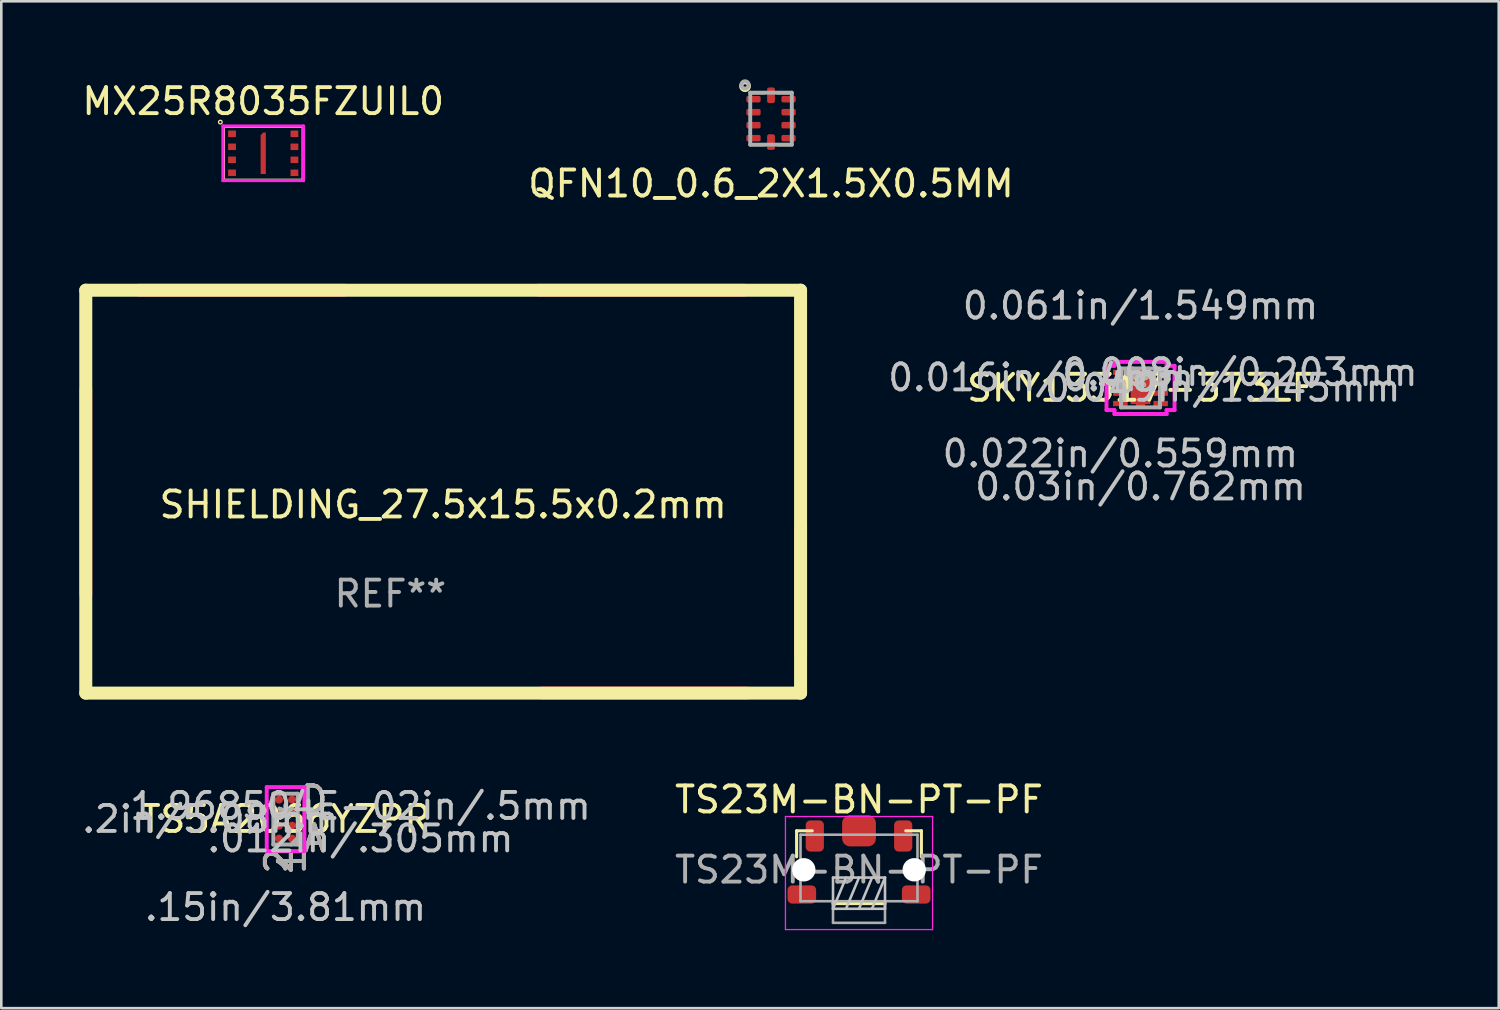
<source format=kicad_pcb>
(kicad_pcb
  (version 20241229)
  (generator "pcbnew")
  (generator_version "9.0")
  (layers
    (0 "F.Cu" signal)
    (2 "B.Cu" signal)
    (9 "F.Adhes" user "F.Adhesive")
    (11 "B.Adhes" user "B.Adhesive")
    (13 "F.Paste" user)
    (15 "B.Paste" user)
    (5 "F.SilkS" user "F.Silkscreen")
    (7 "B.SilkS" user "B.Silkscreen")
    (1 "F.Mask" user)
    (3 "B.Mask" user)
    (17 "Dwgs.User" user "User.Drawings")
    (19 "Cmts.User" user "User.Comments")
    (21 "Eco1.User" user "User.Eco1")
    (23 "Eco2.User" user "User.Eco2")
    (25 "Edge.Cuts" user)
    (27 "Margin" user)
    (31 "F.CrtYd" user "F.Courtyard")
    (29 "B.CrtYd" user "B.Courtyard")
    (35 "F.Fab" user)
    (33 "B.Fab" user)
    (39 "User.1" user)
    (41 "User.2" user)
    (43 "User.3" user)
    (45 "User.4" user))
  (footprint "MX25R8035FZUIL0"
    (layer "F.Cu")
    (at 7.077 2.848)
    (property "Reference" "MX25R8035FZUIL0" (at 0 -2 0) (layer "F.SilkS") (effects (font (size 1 1) (thickness 0.15))))
    (attr through_hole)
    (fp_line (start -1.5 -1) (end 1.5 -1) (stroke (width 0.05) (type solid)) (layer "F.SilkS"))
    (fp_line (start -1.5 1) (end -1.5 -1) (stroke (width 0.05) (type solid)) (layer "F.SilkS"))
    (fp_line (start 1.5 -1) (end 1.5 1) (stroke (width 0.05) (type solid)) (layer "F.SilkS"))
    (fp_line (start 1.5 1) (end -1.5 1) (stroke (width 0.05) (type solid)) (layer "F.SilkS"))
    (fp_circle (center -1.65 -1.2) (end -1.6 -1.15) (stroke (width 0.05) (type solid)) (fill no) (layer "F.SilkS"))
    (fp_line (start -1.55 -1.05) (end 1.55 -1.05) (stroke (width 0.12) (type solid)) (layer "F.CrtYd"))
    (fp_line (start -1.55 1.05) (end -1.55 -1.05) (stroke (width 0.12) (type solid)) (layer "F.CrtYd"))
    (fp_line (start 1.55 -1.05) (end 1.55 1.05) (stroke (width 0.12) (type solid)) (layer "F.CrtYd"))
    (fp_line (start 1.55 1.05) (end -1.55 1.05) (stroke (width 0.12) (type solid)) (layer "F.CrtYd"))
    (pad "1" smd rect (at -1.2 -0.75) (size 0.3 0.25) (layers "F.Cu" "F.Mask" "F.Paste"))
    (pad "2" smd rect (at -1.2 -0.25) (size 0.3 0.25) (layers "F.Cu" "F.Mask" "F.Paste"))
    (pad "3" smd rect (at -1.2 0.25) (size 0.3 0.25) (layers "F.Cu" "F.Mask" "F.Paste"))
    (pad "4" smd rect (at -1.2 0.75) (size 0.3 0.25) (layers "F.Cu" "F.Mask" "F.Paste"))
    (pad "5" smd rect (at 1.2 0.75) (size 0.3 0.25) (layers "F.Cu" "F.Mask" "F.Paste"))
    (pad "6" smd rect (at 1.2 0.25) (size 0.3 0.25) (layers "F.Cu" "F.Mask" "F.Paste"))
    (pad "7" smd rect (at 1.2 -0.25) (size 0.3 0.25) (layers "F.Cu" "F.Mask" "F.Paste"))
    (pad "8" smd rect (at 1.2 -0.75) (size 0.3 0.25) (layers "F.Cu" "F.Mask" "F.Paste"))
    (pad "9" smd custom (at 0 0) (size 0.2 1) (layers "F.Cu" "F.Mask" "F.Paste") (options (anchor rect)) (primitives (gr_poly (pts (xy 0 -0.8) (xy 0.1 -0.8) (xy 0.1 0.8) (xy -0.1 0.8) (xy -0.1 -0.7)) (width 0) (fill yes)))))
  (footprint "QFN10_0.6_2X1.5X0.5MM"
    (layer "F.Cu")
    (at 26.613 1.516)
    (property "Reference" "QFN10_0.6_2X1.5X0.5MM" (at 0 2.5 0) (layer "F.SilkS") (effects (font (size 1 1) (thickness 0.15))))
    (attr through_hole)
    (fp_line (start -0.75 -1) (end -0.25 -1) (stroke (width 0.127) (type solid)) (layer "F.SilkS"))
    (fp_line (start -0.25 1) (end -0.75 1) (stroke (width 0.127) (type solid)) (layer "F.SilkS"))
    (fp_line (start 0.75 -1) (end 0.25 -1) (stroke (width 0.127) (type solid)) (layer "F.SilkS"))
    (fp_line (start 0.75 1) (end 0.25 1) (stroke (width 0.127) (type solid)) (layer "F.SilkS"))
    (fp_circle (center -1 -1.25) (end -1 -1.1) (stroke (width 0.15) (type solid)) (fill no) (layer "F.SilkS"))
    (fp_line (start -0.8 -1) (end 0.8 -1) (stroke (width 0.15) (type solid)) (layer "F.Fab"))
    (fp_line (start -0.8 1) (end -0.8 -1) (stroke (width 0.15) (type solid)) (layer "F.Fab"))
    (fp_line (start 0.8 -1) (end 0.8 1) (stroke (width 0.15) (type solid)) (layer "F.Fab"))
    (fp_line (start 0.8 1) (end -0.8 1) (stroke (width 0.15) (type solid)) (layer "F.Fab"))
    (fp_circle (center -1 -1.3) (end -0.9 -1.2) (stroke (width 0.15) (type solid)) (fill no) (layer "F.Fab"))
    (pad "1" smd roundrect (at -0.675 -0.75) (size 0.55 0.25) (layers "F.Cu" "F.Mask" "F.Paste") (roundrect_rratio 0.25))
    (pad "2" smd roundrect (at -0.675 -0.25) (size 0.55 0.25) (layers "F.Cu" "F.Mask" "F.Paste") (roundrect_rratio 0.25))
    (pad "3" smd roundrect (at -0.675 0.25) (size 0.55 0.25) (layers "F.Cu" "F.Mask" "F.Paste") (roundrect_rratio 0.25))
    (pad "4" smd roundrect (at -0.675 0.75) (size 0.55 0.25) (layers "F.Cu" "F.Mask" "F.Paste") (roundrect_rratio 0.25))
    (pad "5" smd roundrect (at 0 0.9 90) (size 0.6 0.3) (layers "F.Cu" "F.Mask" "F.Paste") (roundrect_rratio 0.25))
    (pad "6" smd roundrect (at 0.675 0.75) (size 0.55 0.25) (layers "F.Cu" "F.Mask" "F.Paste") (roundrect_rratio 0.25))
    (pad "7" smd roundrect (at 0.675 0.25) (size 0.55 0.25) (layers "F.Cu" "F.Mask" "F.Paste") (roundrect_rratio 0.25))
    (pad "8" smd roundrect (at 0.675 -0.25) (size 0.55 0.25) (layers "F.Cu" "F.Mask" "F.Paste") (roundrect_rratio 0.25))
    (pad "9" smd roundrect (at 0.675 -0.75) (size 0.55 0.25) (layers "F.Cu" "F.Mask" "F.Paste") (roundrect_rratio 0.25))
    (pad "10" smd roundrect (at 0 -0.9 90) (size 0.6 0.3) (layers "F.Cu" "F.Mask" "F.Paste") (roundrect_rratio 0.25)))
  (footprint "TS23M-BN-PT-PF"
    (layer "F.Cu")
    (at 29.998 30.413)
    (property "Reference" "TS23M-BN-PT-PF" (at 0 -2.7 180) (layer "F.SilkS") (effects (font (size 1 1) (thickness 0.15))))
    (attr smd)
    (fp_line (start -2.4 -1.5) (end -2.4 -0.5) (stroke (width 0.12) (type solid)) (layer "F.SilkS"))
    (fp_line (start -1.8 -1.5) (end -2.4 -1.5) (stroke (width 0.12) (type solid)) (layer "F.SilkS"))
    (fp_line (start -1 1.3) (end 1 1.3) (stroke (width 0.12) (type solid)) (layer "F.SilkS"))
    (fp_line (start 1.8 -1.5) (end 2.4 -1.5) (stroke (width 0.12) (type solid)) (layer "F.SilkS"))
    (fp_line (start 2.4 -1.5) (end 2.4 -0.5) (stroke (width 0.12) (type solid)) (layer "F.SilkS"))
    (fp_line (start -1 0.3) (end -1 1.5) (stroke (width 0.1) (type solid)) (layer "Dwgs.User"))
    (fp_line (start -1 1.5) (end -0.5 0.3) (stroke (width 0.1) (type solid)) (layer "Dwgs.User"))
    (fp_line (start -1 1.5) (end 1 1.5) (stroke (width 0.1) (type solid)) (layer "Dwgs.User"))
    (fp_line (start -0.5 1.5) (end 0 0.3) (stroke (width 0.1) (type solid)) (layer "Dwgs.User"))
    (fp_line (start 0 1.5) (end 0.5 0.3) (stroke (width 0.1) (type solid)) (layer "Dwgs.User"))
    (fp_line (start 0.5 1.5) (end 1 0.3) (stroke (width 0.1) (type solid)) (layer "Dwgs.User"))
    (fp_line (start 1 0.3) (end -1 0.3) (stroke (width 0.1) (type solid)) (layer "Dwgs.User"))
    (fp_line (start 1 1.5) (end 1 0.3) (stroke (width 0.1) (type solid)) (layer "Dwgs.User"))
    (fp_line (start -2.83 -2.05) (end -2.83 2.3) (stroke (width 0.05) (type solid)) (layer "F.CrtYd"))
    (fp_line (start -2.83 -2.05) (end 2.83 -2.05) (stroke (width 0.05) (type solid)) (layer "F.CrtYd"))
    (fp_line (start -2.83 2.3) (end 2.83 2.3) (stroke (width 0.05) (type solid)) (layer "F.CrtYd"))
    (fp_line (start 2.83 -2.05) (end 2.83 2.3) (stroke (width 0.05) (type solid)) (layer "F.CrtYd"))
    (fp_line (start -2.25 -1.35) (end -2.25 1.21) (stroke (width 0.1) (type solid)) (layer "F.Fab"))
    (fp_line (start -2.25 -1.35) (end 2.25 -1.35) (stroke (width 0.1) (type solid)) (layer "F.Fab"))
    (fp_line (start -2.25 1.21) (end 2.25 1.21) (stroke (width 0.1) (type solid)) (layer "F.Fab"))
    (fp_line (start -1 2.04) (end -1 1.21) (stroke (width 0.1) (type solid)) (layer "F.Fab"))
    (fp_line (start -1 2.04) (end 1 2.04) (stroke (width 0.1) (type solid)) (layer "F.Fab"))
    (fp_line (start 1 2.04) (end 1 1.21) (stroke (width 0.1) (type solid)) (layer "F.Fab"))
    (fp_line (start 2.25 -1.35) (end 2.25 1.21) (stroke (width 0.1) (type solid)) (layer "F.Fab"))
    (fp_text user "${REFERENCE}" (at 0 0 0) (layer "F.Fab") (effects (font (size 1 1) (thickness 0.15))))
    (pad "" np_thru_hole circle (at -2.125 0) (size 0.9 0.9) (drill 0.9) (layers "*.Cu" "*.Mask"))
    (pad "" np_thru_hole circle (at 2.125 0) (size 0.9 0.9) (drill 0.9) (layers "*.Cu" "*.Mask"))
    (pad "1" smd roundrect (at -1.7 -1.3) (size 0.7 1.2) (layers "F.Cu" "F.Mask" "F.Paste") (roundrect_rratio 0.25))
    (pad "2" smd roundrect (at 1.7 -1.3) (size 0.7 1.2) (layers "F.Cu" "F.Mask" "F.Paste") (roundrect_rratio 0.25))
    (pad "3" smd roundrect (at -2.2 0.95) (size 1.1 0.7) (layers "F.Cu" "F.Mask" "F.Paste") (roundrect_rratio 0.25))
    (pad "4" smd roundrect (at 2.2 0.95) (size 1.1 0.7) (layers "F.Cu" "F.Mask" "F.Paste") (roundrect_rratio 0.25))
    (pad "5" smd roundrect (at 0 -1.5) (size 1.3 1.2) (layers "F.Cu" "F.Mask" "F.Paste") (roundrect_rratio 0.25)))
  (footprint "SKY13317-373LF"
    (layer "F.Cu")
    (at 40.829 11.875)
    (property "Reference" "SKY13317-373LF" (at 0 0 0) (layer "F.SilkS") (effects (font (size 1 1) (thickness 0.15))))
    (attr through_hole)
    (fp_line (start -0.102 -0.673) (end 0 -0.673) (stroke (width 0.152) (type solid)) (layer "F.Cu"))
    (fp_line (start -0.102 -0.622) (end -0.102 -0.673) (stroke (width 0.152) (type solid)) (layer "F.Cu"))
    (fp_line (start -0.102 0.622) (end -0.102 0.673) (stroke (width 0.152) (type solid)) (layer "F.Cu"))
    (fp_line (start -0.102 0.673) (end 0 0.673) (stroke (width 0.152) (type solid)) (layer "F.Cu"))
    (fp_line (start 0 -0.673) (end 0 -0.622) (stroke (width 0.152) (type solid)) (layer "F.Cu"))
    (fp_line (start 0 -0.673) (end 0 -0.622) (stroke (width 0.152) (type solid)) (layer "F.Cu"))
    (fp_line (start 0 -0.622) (end -0.102 -0.622) (stroke (width 0.152) (type solid)) (layer "F.Cu"))
    (fp_line (start 0 -0.622) (end 0.102 -0.622) (stroke (width 0.152) (type solid)) (layer "F.Cu"))
    (fp_line (start 0 0.622) (end -0.102 0.622) (stroke (width 0.152) (type solid)) (layer "F.Cu"))
    (fp_line (start 0 0.622) (end 0.102 0.622) (stroke (width 0.152) (type solid)) (layer "F.Cu"))
    (fp_line (start 0 0.673) (end 0 0.622) (stroke (width 0.152) (type solid)) (layer "F.Cu"))
    (fp_line (start 0 0.673) (end 0 0.622) (stroke (width 0.152) (type solid)) (layer "F.Cu"))
    (fp_line (start 0.102 -0.673) (end 0 -0.673) (stroke (width 0.152) (type solid)) (layer "F.Cu"))
    (fp_line (start 0.102 -0.622) (end 0.102 -0.673) (stroke (width 0.152) (type solid)) (layer "F.Cu"))
    (fp_line (start 0.102 0.622) (end 0.102 0.673) (stroke (width 0.152) (type solid)) (layer "F.Cu"))
    (fp_line (start 0.102 0.673) (end 0 0.673) (stroke (width 0.152) (type solid)) (layer "F.Cu"))
    (fp_line (start -0.102 -0.673) (end 0 -0.673) (stroke (width 0.152) (type solid)) (layer "F.Mask"))
    (fp_line (start -0.102 -0.622) (end -0.102 -0.673) (stroke (width 0.152) (type solid)) (layer "F.Mask"))
    (fp_line (start -0.102 0.622) (end -0.102 0.673) (stroke (width 0.152) (type solid)) (layer "F.Mask"))
    (fp_line (start -0.102 0.673) (end 0 0.673) (stroke (width 0.152) (type solid)) (layer "F.Mask"))
    (fp_line (start 0 -0.673) (end 0 -0.622) (stroke (width 0.152) (type solid)) (layer "F.Mask"))
    (fp_line (start 0 -0.673) (end 0 -0.622) (stroke (width 0.152) (type solid)) (layer "F.Mask"))
    (fp_line (start 0 -0.622) (end -0.102 -0.622) (stroke (width 0.152) (type solid)) (layer "F.Mask"))
    (fp_line (start 0 -0.622) (end 0.102 -0.622) (stroke (width 0.152) (type solid)) (layer "F.Mask"))
    (fp_line (start 0 0.622) (end -0.102 0.622) (stroke (width 0.152) (type solid)) (layer "F.Mask"))
    (fp_line (start 0 0.622) (end 0.102 0.622) (stroke (width 0.152) (type solid)) (layer "F.Mask"))
    (fp_line (start 0 0.673) (end 0 0.622) (stroke (width 0.152) (type solid)) (layer "F.Mask"))
    (fp_line (start 0 0.673) (end 0 0.622) (stroke (width 0.152) (type solid)) (layer "F.Mask"))
    (fp_line (start 0.102 -0.673) (end 0 -0.673) (stroke (width 0.152) (type solid)) (layer "F.Mask"))
    (fp_line (start 0.102 -0.622) (end 0.102 -0.673) (stroke (width 0.152) (type solid)) (layer "F.Mask"))
    (fp_line (start 0.102 0.622) (end 0.102 0.673) (stroke (width 0.152) (type solid)) (layer "F.Mask"))
    (fp_line (start 0.102 0.673) (end 0 0.673) (stroke (width 0.152) (type solid)) (layer "F.Mask"))
    (fp_line (start -0.102 -0.673) (end 0 -0.673) (stroke (width 0.152) (type solid)) (layer "F.Paste"))
    (fp_line (start -0.102 -0.622) (end -0.102 -0.673) (stroke (width 0.152) (type solid)) (layer "F.Paste"))
    (fp_line (start -0.102 0.622) (end -0.102 0.673) (stroke (width 0.152) (type solid)) (layer "F.Paste"))
    (fp_line (start -0.102 0.673) (end 0 0.673) (stroke (width 0.152) (type solid)) (layer "F.Paste"))
    (fp_line (start 0 -0.673) (end 0 -0.622) (stroke (width 0.152) (type solid)) (layer "F.Paste"))
    (fp_line (start 0 -0.673) (end 0 -0.622) (stroke (width 0.152) (type solid)) (layer "F.Paste"))
    (fp_line (start 0 -0.622) (end -0.102 -0.622) (stroke (width 0.152) (type solid)) (layer "F.Paste"))
    (fp_line (start 0 -0.622) (end 0.102 -0.622) (stroke (width 0.152) (type solid)) (layer "F.Paste"))
    (fp_line (start 0 0.622) (end -0.102 0.622) (stroke (width 0.152) (type solid)) (layer "F.Paste"))
    (fp_line (start 0 0.622) (end 0.102 0.622) (stroke (width 0.152) (type solid)) (layer "F.Paste"))
    (fp_line (start 0 0.673) (end 0 0.622) (stroke (width 0.152) (type solid)) (layer "F.Paste"))
    (fp_line (start 0 0.673) (end 0 0.622) (stroke (width 0.152) (type solid)) (layer "F.Paste"))
    (fp_line (start 0.102 -0.673) (end 0 -0.673) (stroke (width 0.152) (type solid)) (layer "F.Paste"))
    (fp_line (start 0.102 -0.622) (end 0.102 -0.673) (stroke (width 0.152) (type solid)) (layer "F.Paste"))
    (fp_line (start 0.102 0.622) (end 0.102 0.673) (stroke (width 0.152) (type solid)) (layer "F.Paste"))
    (fp_line (start 0.102 0.673) (end 0 0.673) (stroke (width 0.152) (type solid)) (layer "F.Paste"))
    (fp_line (start -1.308 -0.851) (end -1.003 -0.851) (stroke (width 0.152) (type solid)) (layer "F.CrtYd"))
    (fp_line (start -1.308 0.851) (end -1.308 -0.851) (stroke (width 0.152) (type solid)) (layer "F.CrtYd"))
    (fp_line (start -1.003 -1.003) (end 1.003 -1.003) (stroke (width 0.152) (type solid)) (layer "F.CrtYd"))
    (fp_line (start -1.003 -0.851) (end -1.003 -1.003) (stroke (width 0.152) (type solid)) (layer "F.CrtYd"))
    (fp_line (start -1.003 0.851) (end -1.308 0.851) (stroke (width 0.152) (type solid)) (layer "F.CrtYd"))
    (fp_line (start -1.003 1.003) (end -1.003 0.851) (stroke (width 0.152) (type solid)) (layer "F.CrtYd"))
    (fp_line (start 1.003 -1.003) (end 1.003 -0.851) (stroke (width 0.152) (type solid)) (layer "F.CrtYd"))
    (fp_line (start 1.003 -0.851) (end 1.308 -0.851) (stroke (width 0.152) (type solid)) (layer "F.CrtYd"))
    (fp_line (start 1.003 0.851) (end 1.003 1.003) (stroke (width 0.152) (type solid)) (layer "F.CrtYd"))
    (fp_line (start 1.003 1.003) (end -1.003 1.003) (stroke (width 0.152) (type solid)) (layer "F.CrtYd"))
    (fp_line (start 1.308 -0.851) (end 1.308 0.851) (stroke (width 0.152) (type solid)) (layer "F.CrtYd"))
    (fp_line (start 1.308 0.851) (end 1.003 0.851) (stroke (width 0.152) (type solid)) (layer "F.CrtYd"))
    (fp_line (start -0.749 -0.749) (end -0.749 0.749) (stroke (width 0.152) (type solid)) (layer "F.Fab"))
    (fp_line (start -0.749 0.749) (end 0.749 0.749) (stroke (width 0.152) (type solid)) (layer "F.Fab"))
    (fp_line (start 0.749 -0.749) (end -0.749 -0.749) (stroke (width 0.152) (type solid)) (layer "F.Fab"))
    (fp_line (start 0.749 0.749) (end 0.749 -0.749) (stroke (width 0.152) (type solid)) (layer "F.Fab"))
    (fp_arc (start 0.3048 -0.7493) (mid 0 -0.4445) (end -0.3048 -0.7493) (stroke (width 0.1524) (type solid)) (layer "F.Fab"))
    (fp_circle (center -0.495 -0.6) (end -0.495 -0.6) (stroke (width 0.152) (type solid)) (fill no) (layer "F.Fab"))
    (fp_text user "*" (at 0 0 0) (layer "F.SilkS") (effects (font (size 1 1) (thickness 0.15))))
    (fp_text user "0.061in/1.549mm" (at 0 -3.162 0) (layer "Dwgs.User") (effects (font (size 1 1) (thickness 0.15))))
    (fp_text user "0.03in/0.762mm" (at 0 3.797 0) (layer "Dwgs.User") (effects (font (size 1 1) (thickness 0.15))))
    (fp_text user "0.008in/0.203mm" (at 3.823 -0.6 0) (layer "Dwgs.User") (effects (font (size 1 1) (thickness 0.15))))
    (fp_text user "0.022in/0.559mm" (at -0.775 2.527 0) (layer "Dwgs.User") (effects (font (size 1 1) (thickness 0.15))))
    (fp_text user "0.049in/1.245mm" (at 3.162 0 0) (layer "Dwgs.User") (effects (font (size 1 1) (thickness 0.15))))
    (fp_text user "0.016in/0.4mm" (at -3.823 -0.4 0) (layer "Dwgs.User") (effects (font (size 1 1) (thickness 0.15))))
    (fp_text user "Copyright 2016 Accelerated Designs. All rights reserved." (at 0 0 0) (layer "Cmts.User") (effects (font (size 0.127 0.127) (thickness 0.002))))
    (fp_text user "*" (at 0 0 0) (layer "F.Fab") (effects (font (size 1 1) (thickness 0.15))))
    (pad "1" smd rect (at -0.775 -0.6) (size 0.559 0.203) (layers "F.Cu" "F.Mask" "F.Paste"))
    (pad "2" smd rect (at -0.775 -0.2) (size 0.559 0.203) (layers "F.Cu" "F.Mask" "F.Paste"))
    (pad "3" smd rect (at -0.775 0.2) (size 0.559 0.203) (layers "F.Cu" "F.Mask" "F.Paste"))
    (pad "4" smd rect (at -0.775 0.6) (size 0.559 0.203) (layers "F.Cu" "F.Mask" "F.Paste"))
    (pad "5" smd rect (at 0.775 0.6) (size 0.559 0.203) (layers "F.Cu" "F.Mask" "F.Paste"))
    (pad "6" smd rect (at 0.775 0.2) (size 0.559 0.203) (layers "F.Cu" "F.Mask" "F.Paste"))
    (pad "7" smd rect (at 0.775 -0.2) (size 0.559 0.203) (layers "F.Cu" "F.Mask" "F.Paste"))
    (pad "8" smd rect (at 0.775 -0.6) (size 0.559 0.203) (layers "F.Cu" "F.Mask" "F.Paste"))
    (pad "9" smd rect (at 0 0) (size 0.762 1.245) (layers "F.Cu" "F.Mask" "F.Paste")))
  (footprint "TS5A2066YZPR"
    (layer "F.Cu")
    (at 7.936 28.463)
    (property "Reference" "TS5A2066YZPR" (at 0 0 0) (layer "F.SilkS") (effects (font (size 1 1) (thickness 0.15))))
    (attr through_hole)
    (fp_line (start -0.724 -1.232) (end 0.724 -1.232) (stroke (width 0.152) (type solid)) (layer "F.CrtYd"))
    (fp_line (start -0.724 1.232) (end -0.724 -1.232) (stroke (width 0.152) (type solid)) (layer "F.CrtYd"))
    (fp_line (start 0.724 -1.232) (end 0.724 1.232) (stroke (width 0.152) (type solid)) (layer "F.CrtYd"))
    (fp_line (start 0.724 1.232) (end -0.724 1.232) (stroke (width 0.152) (type solid)) (layer "F.CrtYd"))
    (fp_line (start -0.47 -0.978) (end -0.47 0.978) (stroke (width 0.152) (type solid)) (layer "F.Fab"))
    (fp_line (start -0.47 0.978) (end 0.47 0.978) (stroke (width 0.152) (type solid)) (layer "F.Fab"))
    (fp_line (start 0.22 0.978) (end 0.47 0.728) (stroke (width 0.152) (type solid)) (layer "F.Fab"))
    (fp_line (start 0.47 -0.978) (end -0.47 -0.978) (stroke (width 0.152) (type solid)) (layer "F.Fab"))
    (fp_line (start 0.47 0.978) (end 0.47 -0.978) (stroke (width 0.152) (type solid)) (layer "F.Fab"))
    (fp_text user "D" (at 1.105 -0.75 0) (layer "F.SilkS") (effects (font (size 1 1) (thickness 0.15))))
    (fp_text user "1" (at 0.25 1.613 90) (layer "F.SilkS") (effects (font (size 1 1) (thickness 0.15))))
    (fp_text user "A" (at 1.105 0.75 0) (layer "F.SilkS") (effects (font (size 1 1) (thickness 0.15))))
    (fp_text user "2" (at -0.25 1.613 90) (layer "F.SilkS") (effects (font (size 1 1) (thickness 0.15))))
    (fp_text user "*" (at 0 0 0) (layer "F.SilkS") (effects (font (size 1 1) (thickness 0.15))))
    (fp_text user "2" (at -0.25 1.613 90) (layer "B.SilkS") (effects (font (size 1 1) (thickness 0.15))))
    (fp_text user "D" (at 1.105 -0.75 0) (layer "B.SilkS") (effects (font (size 1 1) (thickness 0.15))))
    (fp_text user "1" (at 0.25 1.613 90) (layer "B.SilkS") (effects (font (size 1 1) (thickness 0.15))))
    (fp_text user "A" (at 1.105 0.75 0) (layer "B.SilkS") (effects (font (size 1 1) (thickness 0.15))))
    (fp_text user "1.968504E-02in/.5mm" (at 2.883 -0.5 0) (layer "Dwgs.User") (effects (font (size 1 1) (thickness 0.15))))
    (fp_text user ".012in/.305mm" (at 2.883 0.75 0) (layer "Dwgs.User") (effects (font (size 1 1) (thickness 0.15))))
    (fp_text user ".2in/5.08mm" (at -2.883 0 0) (layer "Dwgs.User") (effects (font (size 1 1) (thickness 0.15))))
    (fp_text user ".15in/3.81mm" (at 0 3.391 0) (layer "Dwgs.User") (effects (font (size 1 1) (thickness 0.15))))
    (fp_text user "Copyright 2016 Accelerated Designs. All rights reserved." (at 0 0 0) (layer "Cmts.User") (effects (font (size 0.127 0.127) (thickness 0.002))))
    (fp_text user "2" (at -0.25 1.613 90) (layer "F.Fab") (effects (font (size 1 1) (thickness 0.15))))
    (fp_text user "*" (at 0 0 0) (layer "F.Fab") (effects (font (size 1 1) (thickness 0.15))))
    (fp_text user "D" (at 1.105 -0.75 0) (layer "F.Fab") (effects (font (size 1 1) (thickness 0.15))))
    (fp_text user "1" (at 0.25 1.613 90) (layer "F.Fab") (effects (font (size 1 1) (thickness 0.15))))
    (fp_text user "A" (at 1.105 0.75 0) (layer "F.Fab") (effects (font (size 1 1) (thickness 0.15))))
    (pad "1" smd circle (at 0.25 0.75) (size 0.305 0.305) (layers "F.Cu" "F.Mask" "F.Paste"))
    (pad "2" smd circle (at 0.25 0.25) (size 0.305 0.305) (layers "F.Cu" "F.Mask" "F.Paste"))
    (pad "3" smd circle (at 0.25 -0.25) (size 0.305 0.305) (layers "F.Cu" "F.Mask" "F.Paste"))
    (pad "4" smd circle (at 0.25 -0.75) (size 0.305 0.305) (layers "F.Cu" "F.Mask" "F.Paste"))
    (pad "5" smd circle (at -0.25 -0.75) (size 0.305 0.305) (layers "F.Cu" "F.Mask" "F.Paste"))
    (pad "6" smd circle (at -0.25 -0.25) (size 0.305 0.305) (layers "F.Cu" "F.Mask" "F.Paste"))
    (pad "7" smd circle (at -0.25 0.25) (size 0.305 0.305) (layers "F.Cu" "F.Mask" "F.Paste"))
    (pad "8" smd circle (at -0.25 0.75) (size 0.305 0.305) (layers "F.Cu" "F.Mask" "F.Paste")))
  (footprint "SHIELDING_27.5x15.5x0.2mm"
    (layer "F.Cu")
    (at 14 15.865)
    (property "Reference" "SHIELDING_27.5x15.5x0.2mm" (at 0 0.5 0) (layer "F.SilkS") (effects (font (size 1 1) (thickness 0.15))))
    (attr through_hole)
    (fp_line (start -13.75 -7.75) (end 13.75 -7.75) (stroke (width 0.5) (type solid)) (layer "F.SilkS"))
    (fp_line (start -13.75 7.75) (end -13.75 -7.75) (stroke (width 0.5) (type solid)) (layer "F.SilkS"))
    (fp_line (start 13.75 7.75) (end -13.75 7.75) (stroke (width 0.5) (type solid)) (layer "F.SilkS"))
    (fp_line (start 13.75 7.75) (end 13.75 -7.75) (stroke (width 0.5) (type solid)) (layer "F.SilkS"))
    (fp_text user "REF**" (at -2.032 3.929 0) (layer "F.Fab") (effects (font (size 1 1) (thickness 0.15))))
    (pad "1" smd rect (at -13.75 0 90) (size 8 0.5) (layers "F.Cu" "F.Mask" "F.Paste"))
    (pad "2" smd rect (at -7.75 -7.75) (size 8 0.5) (layers "F.Cu" "F.Mask" "F.Paste"))
    (pad "3" smd rect (at 7.62 -7.75) (size 8 0.5) (layers "F.Cu" "F.Mask" "F.Paste"))
    (pad "4" smd rect (at 13.75 3.81 90) (size 5 0.5) (layers "F.Cu" "F.Mask" "F.Paste"))
    (pad "5" smd rect (at 7.75 7.75) (size 8 0.5) (layers "F.Cu" "F.Mask" "F.Paste")))
  (gr_rect
    (start -3 -3)
    (end 54.61 35.738)
    (stroke (width 0.1) (type default))
    (fill no)
    (layer "Edge.Cuts")))
</source>
